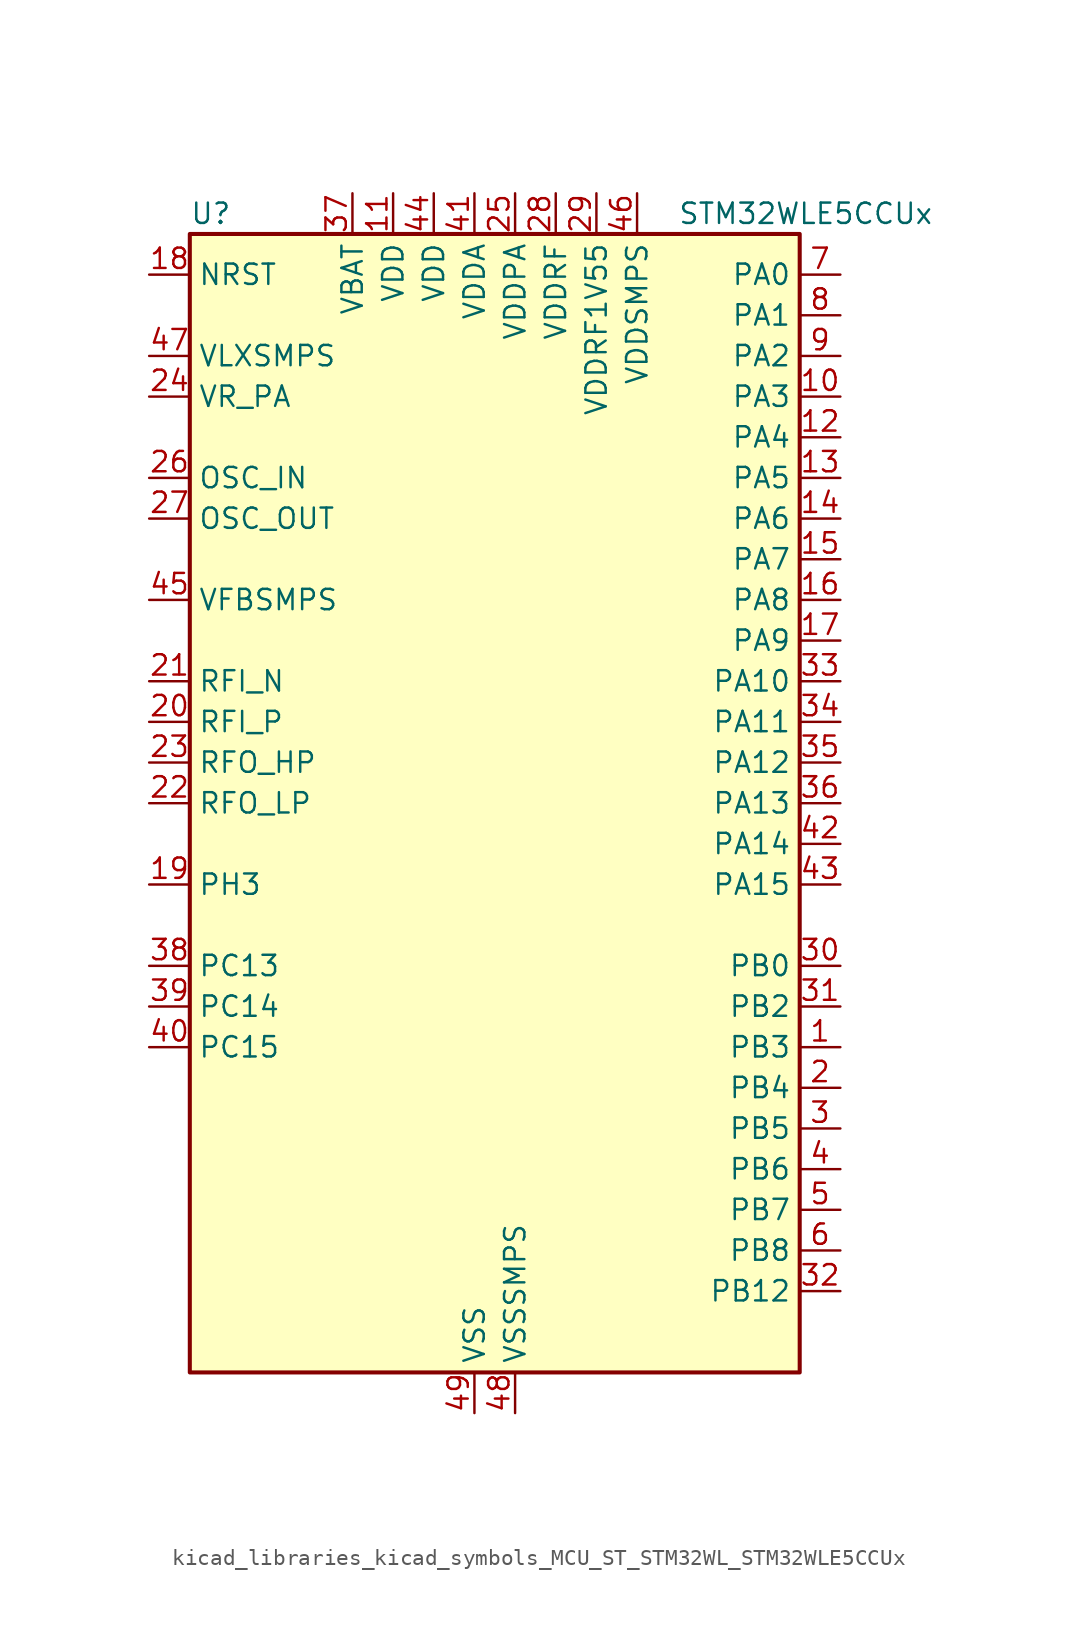
<source format=kicad_sym>
(kicad_symbol_lib
  (version 20220914)
  (generator kicad_symbol_editor)
  (symbol "kicad_libraries_kicad_symbols_MCU_ST_STM32WL_STM32WLE5CCUx"
    (property "Reference" "U"
      (at -17.78 36.83 0)
      (effects (font (size 1.27 1.27)) (justify left)))
    (property "Value" "STM32WLE5CCUx"
      (at 12.7 36.83 0)
      (effects (font (size 1.27 1.27)) (justify left)))
    (property "ki_locked" ""
      (at 0 0 0)
      (effects (font (size 1.27 1.27))))
    (symbol "kicad_libraries_kicad_symbols_MCU_ST_STM32WL_STM32WLE5CCUx_0_1"
      (rectangle (start -17.78 -35.56) (end 20.32 35.56) (stroke (width 0.254) (type default)) (fill (type background))))
    (symbol "kicad_libraries_kicad_symbols_MCU_ST_STM32WL_STM32WLE5CCUx_1_1"
      (pin bidirectional line (at 22.86 -15.24 180) (length 2.54) (name "PB3" (effects (font (size 1.27 1.27)))) (number "1" (effects (font (size 1.27 1.27)))) (alternate "ADC_IN2" bidirectional line) (alternate "COMP1_INM" bidirectional line) (alternate "COMP2_INM" bidirectional line) (alternate "DEBUG_JTDO-SWO" bidirectional line) (alternate "DEBUG_RF-DTB1" bidirectional line) (alternate "PWR_WKUP3" bidirectional line) (alternate "RTC_TAMP_IN3" bidirectional line) (alternate "SPI1_SCK" bidirectional line) (alternate "TIM2_CH2" bidirectional line) (alternate "USART1_DE" bidirectional line) (alternate "USART1_RTS" bidirectional line))
      (pin bidirectional line (at 22.86 25.4 180) (length 2.54) (name "PA3" (effects (font (size 1.27 1.27)))) (number "10" (effects (font (size 1.27 1.27)))) (alternate "I2S2_MCK" bidirectional line) (alternate "LPUART1_RX" bidirectional line) (alternate "TIM2_CH4" bidirectional line) (alternate "USART2_RX" bidirectional line))
      (pin power_in line (at -5.08 38.1 270) (length 2.54) (name "VDD" (effects (font (size 1.27 1.27)))) (number "11" (effects (font (size 1.27 1.27)))))
      (pin bidirectional line (at 22.86 22.86 180) (length 2.54) (name "PA4" (effects (font (size 1.27 1.27)))) (number "12" (effects (font (size 1.27 1.27)))) (alternate "DEBUG_SUBGHZSPI-NSSOUT" bidirectional line) (alternate "LPTIM1_OUT" bidirectional line) (alternate "LPTIM2_OUT" bidirectional line) (alternate "RTC_OUT2" bidirectional line) (alternate "SPI1_NSS" bidirectional line) (alternate "USART2_CK" bidirectional line))
      (pin bidirectional line (at 22.86 20.32 180) (length 2.54) (name "PA5" (effects (font (size 1.27 1.27)))) (number "13" (effects (font (size 1.27 1.27)))) (alternate "DEBUG_SUBGHZSPI-SCKOUT" bidirectional line) (alternate "LPTIM2_ETR" bidirectional line) (alternate "SPI1_SCK" bidirectional line) (alternate "SPI2_MISO" bidirectional line) (alternate "TIM2_CH1" bidirectional line) (alternate "TIM2_ETR" bidirectional line))
      (pin bidirectional line (at 22.86 17.78 180) (length 2.54) (name "PA6" (effects (font (size 1.27 1.27)))) (number "14" (effects (font (size 1.27 1.27)))) (alternate "DEBUG_SUBGHZSPI-MISOOUT" bidirectional line) (alternate "I2C2_SMBA" bidirectional line) (alternate "LPUART1_CTS" bidirectional line) (alternate "SPI1_MISO" bidirectional line) (alternate "TIM16_CH1" bidirectional line) (alternate "TIM1_BKIN" bidirectional line))
      (pin bidirectional line (at 22.86 15.24 180) (length 2.54) (name "PA7" (effects (font (size 1.27 1.27)))) (number "15" (effects (font (size 1.27 1.27)))) (alternate "COMP2_OUT" bidirectional line) (alternate "DEBUG_SUBGHZSPI-MOSIOUT" bidirectional line) (alternate "I2C3_SCL" bidirectional line) (alternate "SPI1_MOSI" bidirectional line) (alternate "TIM17_CH1" bidirectional line) (alternate "TIM1_CH1N" bidirectional line))
      (pin bidirectional line (at 22.86 12.7 180) (length 2.54) (name "PA8" (effects (font (size 1.27 1.27)))) (number "16" (effects (font (size 1.27 1.27)))) (alternate "I2S2_CK" bidirectional line) (alternate "LPTIM2_OUT" bidirectional line) (alternate "RCC_MCO" bidirectional line) (alternate "SPI2_SCK" bidirectional line) (alternate "TIM1_CH1" bidirectional line) (alternate "USART1_CK" bidirectional line))
      (pin bidirectional line (at 22.86 10.16 180) (length 2.54) (name "PA9" (effects (font (size 1.27 1.27)))) (number "17" (effects (font (size 1.27 1.27)))) (alternate "DAC_EXTI9" bidirectional line) (alternate "I2C1_SCL" bidirectional line) (alternate "I2S2_CK" bidirectional line) (alternate "I2S2_WS" bidirectional line) (alternate "SPI2_NSS" bidirectional line) (alternate "SPI2_SCK" bidirectional line) (alternate "TIM1_CH2" bidirectional line) (alternate "USART1_TX" bidirectional line))
      (pin input line (at -20.32 33.02 0) (length 2.54) (name "NRST" (effects (font (size 1.27 1.27)))) (number "18" (effects (font (size 1.27 1.27)))))
      (pin bidirectional line (at -20.32 -5.08 0) (length 2.54) (name "PH3" (effects (font (size 1.27 1.27)))) (number "19" (effects (font (size 1.27 1.27)))))
      (pin bidirectional line (at 22.86 -17.78 180) (length 2.54) (name "PB4" (effects (font (size 1.27 1.27)))) (number "2" (effects (font (size 1.27 1.27)))) (alternate "ADC_IN3" bidirectional line) (alternate "COMP1_INP" bidirectional line) (alternate "COMP2_INP" bidirectional line) (alternate "DEBUG_JTRST" bidirectional line) (alternate "DEBUG_RF-LDORDY" bidirectional line) (alternate "I2C3_SDA" bidirectional line) (alternate "SPI1_MISO" bidirectional line) (alternate "TIM17_BKIN" bidirectional line) (alternate "USART1_CTS" bidirectional line) (alternate "USART1_NSS" bidirectional line))
      (pin bidirectional line (at -20.32 5.08 0) (length 2.54) (name "RFI_P" (effects (font (size 1.27 1.27)))) (number "20" (effects (font (size 1.27 1.27)))))
      (pin bidirectional line (at -20.32 7.62 0) (length 2.54) (name "RFI_N" (effects (font (size 1.27 1.27)))) (number "21" (effects (font (size 1.27 1.27)))))
      (pin bidirectional line (at -20.32 0 0) (length 2.54) (name "RFO_LP" (effects (font (size 1.27 1.27)))) (number "22" (effects (font (size 1.27 1.27)))))
      (pin bidirectional line (at -20.32 2.54 0) (length 2.54) (name "RFO_HP" (effects (font (size 1.27 1.27)))) (number "23" (effects (font (size 1.27 1.27)))))
      (pin power_in line (at -20.32 25.4 0) (length 2.54) (name "VR_PA" (effects (font (size 1.27 1.27)))) (number "24" (effects (font (size 1.27 1.27)))))
      (pin power_in line (at 2.54 38.1 270) (length 2.54) (name "VDDPA" (effects (font (size 1.27 1.27)))) (number "25" (effects (font (size 1.27 1.27)))))
      (pin input line (at -20.32 20.32 0) (length 2.54) (name "OSC_IN" (effects (font (size 1.27 1.27)))) (number "26" (effects (font (size 1.27 1.27)))) (alternate "RCC_OSC_IN" bidirectional line))
      (pin input line (at -20.32 17.78 0) (length 2.54) (name "OSC_OUT" (effects (font (size 1.27 1.27)))) (number "27" (effects (font (size 1.27 1.27)))) (alternate "RCC_OSC_OUT" bidirectional line))
      (pin power_in line (at 5.08 38.1 270) (length 2.54) (name "VDDRF" (effects (font (size 1.27 1.27)))) (number "28" (effects (font (size 1.27 1.27)))))
      (pin power_in line (at 7.62 38.1 270) (length 2.54) (name "VDDRF1V55" (effects (font (size 1.27 1.27)))) (number "29" (effects (font (size 1.27 1.27)))))
      (pin bidirectional line (at 22.86 -20.32 180) (length 2.54) (name "PB5" (effects (font (size 1.27 1.27)))) (number "3" (effects (font (size 1.27 1.27)))) (alternate "COMP2_OUT" bidirectional line) (alternate "I2C1_SMBA" bidirectional line) (alternate "LPTIM1_IN1" bidirectional line) (alternate "SPI1_MOSI" bidirectional line) (alternate "TIM16_BKIN" bidirectional line) (alternate "USART1_CK" bidirectional line))
      (pin bidirectional line (at 22.86 -10.16 180) (length 2.54) (name "PB0" (effects (font (size 1.27 1.27)))) (number "30" (effects (font (size 1.27 1.27)))) (alternate "COMP1_OUT" bidirectional line) (alternate "VDDTCXO" bidirectional line))
      (pin bidirectional line (at 22.86 -12.7 180) (length 2.54) (name "PB2" (effects (font (size 1.27 1.27)))) (number "31" (effects (font (size 1.27 1.27)))) (alternate "ADC_IN4" bidirectional line) (alternate "COMP1_INP" bidirectional line) (alternate "COMP2_INM" bidirectional line) (alternate "DEBUG_RF-SMPSRDY" bidirectional line) (alternate "I2C3_SMBA" bidirectional line) (alternate "LPTIM1_OUT" bidirectional line) (alternate "SPI1_NSS" bidirectional line))
      (pin bidirectional line (at 22.86 -30.48 180) (length 2.54) (name "PB12" (effects (font (size 1.27 1.27)))) (number "32" (effects (font (size 1.27 1.27)))) (alternate "I2C3_SMBA" bidirectional line) (alternate "I2S2_WS" bidirectional line) (alternate "LPUART1_RTS" bidirectional line) (alternate "SPI2_NSS" bidirectional line) (alternate "TIM1_BKIN" bidirectional line))
      (pin bidirectional line (at 22.86 7.62 180) (length 2.54) (name "PA10" (effects (font (size 1.27 1.27)))) (number "33" (effects (font (size 1.27 1.27)))) (alternate "ADC_IN6" bidirectional line) (alternate "COMP1_INM" bidirectional line) (alternate "COMP2_INM" bidirectional line) (alternate "DAC_OUT1" bidirectional line) (alternate "DEBUG_RF-HSE32RDY" bidirectional line) (alternate "I2C1_SDA" bidirectional line) (alternate "I2S2_SD" bidirectional line) (alternate "RTC_REFIN" bidirectional line) (alternate "SPI2_MOSI" bidirectional line) (alternate "TIM17_BKIN" bidirectional line) (alternate "TIM1_CH3" bidirectional line) (alternate "USART1_RX" bidirectional line))
      (pin bidirectional line (at 22.86 5.08 180) (length 2.54) (name "PA11" (effects (font (size 1.27 1.27)))) (number "34" (effects (font (size 1.27 1.27)))) (alternate "ADC_EXTI11" bidirectional line) (alternate "ADC_IN7" bidirectional line) (alternate "COMP1_INM" bidirectional line) (alternate "COMP2_INM" bidirectional line) (alternate "DEBUG_RF-NRESET" bidirectional line) (alternate "I2C2_SDA" bidirectional line) (alternate "LPTIM3_ETR" bidirectional line) (alternate "SPI1_MISO" bidirectional line) (alternate "TIM1_BKIN2" bidirectional line) (alternate "TIM1_CH4" bidirectional line) (alternate "USART1_CTS" bidirectional line) (alternate "USART1_NSS" bidirectional line))
      (pin bidirectional line (at 22.86 2.54 180) (length 2.54) (name "PA12" (effects (font (size 1.27 1.27)))) (number "35" (effects (font (size 1.27 1.27)))) (alternate "ADC_IN8" bidirectional line) (alternate "DEBUG_RF-BUSY" bidirectional line) (alternate "I2C2_SCL" bidirectional line) (alternate "LPTIM3_IN1" bidirectional line) (alternate "SPI1_MOSI" bidirectional line) (alternate "TIM1_ETR" bidirectional line) (alternate "USART1_DE" bidirectional line) (alternate "USART1_RTS" bidirectional line))
      (pin bidirectional line (at 22.86 0 180) (length 2.54) (name "PA13" (effects (font (size 1.27 1.27)))) (number "36" (effects (font (size 1.27 1.27)))) (alternate "ADC_IN9" bidirectional line) (alternate "DEBUG_JTMS-SWDIO" bidirectional line) (alternate "I2C2_SMBA" bidirectional line) (alternate "IR_OUT" bidirectional line))
      (pin power_in line (at -7.62 38.1 270) (length 2.54) (name "VBAT" (effects (font (size 1.27 1.27)))) (number "37" (effects (font (size 1.27 1.27)))))
      (pin bidirectional line (at -20.32 -10.16 0) (length 2.54) (name "PC13" (effects (font (size 1.27 1.27)))) (number "38" (effects (font (size 1.27 1.27)))) (alternate "PWR_WKUP2" bidirectional line) (alternate "RTC_OUT1" bidirectional line) (alternate "RTC_TAMP_IN1" bidirectional line) (alternate "RTC_TS" bidirectional line))
      (pin bidirectional line (at -20.32 -12.7 0) (length 2.54) (name "PC14" (effects (font (size 1.27 1.27)))) (number "39" (effects (font (size 1.27 1.27)))) (alternate "RCC_OSC32_IN" bidirectional line))
      (pin bidirectional line (at 22.86 -22.86 180) (length 2.54) (name "PB6" (effects (font (size 1.27 1.27)))) (number "4" (effects (font (size 1.27 1.27)))) (alternate "I2C1_SCL" bidirectional line) (alternate "LPTIM1_ETR" bidirectional line) (alternate "TIM16_CH1N" bidirectional line) (alternate "USART1_TX" bidirectional line))
      (pin bidirectional line (at -20.32 -15.24 0) (length 2.54) (name "PC15" (effects (font (size 1.27 1.27)))) (number "40" (effects (font (size 1.27 1.27)))) (alternate "RCC_OSC32_OUT" bidirectional line))
      (pin power_in line (at 0 38.1 270) (length 2.54) (name "VDDA" (effects (font (size 1.27 1.27)))) (number "41" (effects (font (size 1.27 1.27)))))
      (pin bidirectional line (at 22.86 -2.54 180) (length 2.54) (name "PA14" (effects (font (size 1.27 1.27)))) (number "42" (effects (font (size 1.27 1.27)))) (alternate "ADC_IN10" bidirectional line) (alternate "DEBUG_JTCK-SWCLK" bidirectional line) (alternate "I2C1_SMBA" bidirectional line) (alternate "LPTIM1_OUT" bidirectional line))
      (pin bidirectional line (at 22.86 -5.08 180) (length 2.54) (name "PA15" (effects (font (size 1.27 1.27)))) (number "43" (effects (font (size 1.27 1.27)))) (alternate "ADC_IN11" bidirectional line) (alternate "COMP1_INM" bidirectional line) (alternate "COMP2_INP" bidirectional line) (alternate "DEBUG_JTDI" bidirectional line) (alternate "I2C2_SDA" bidirectional line) (alternate "SPI1_NSS" bidirectional line) (alternate "TIM2_CH1" bidirectional line) (alternate "TIM2_ETR" bidirectional line))
      (pin power_in line (at -2.54 38.1 270) (length 2.54) (name "VDD" (effects (font (size 1.27 1.27)))) (number "44" (effects (font (size 1.27 1.27)))))
      (pin input line (at -20.32 12.7 0) (length 2.54) (name "VFBSMPS" (effects (font (size 1.27 1.27)))) (number "45" (effects (font (size 1.27 1.27)))))
      (pin power_in line (at 10.16 38.1 270) (length 2.54) (name "VDDSMPS" (effects (font (size 1.27 1.27)))) (number "46" (effects (font (size 1.27 1.27)))))
      (pin power_in line (at -20.32 27.94 0) (length 2.54) (name "VLXSMPS" (effects (font (size 1.27 1.27)))) (number "47" (effects (font (size 1.27 1.27)))))
      (pin power_in line (at 2.54 -38.1 90) (length 2.54) (name "VSSSMPS" (effects (font (size 1.27 1.27)))) (number "48" (effects (font (size 1.27 1.27)))))
      (pin power_in line (at 0 -38.1 90) (length 2.54) (name "VSS" (effects (font (size 1.27 1.27)))) (number "49" (effects (font (size 1.27 1.27)))))
      (pin bidirectional line (at 22.86 -25.4 180) (length 2.54) (name "PB7" (effects (font (size 1.27 1.27)))) (number "5" (effects (font (size 1.27 1.27)))) (alternate "I2C1_SDA" bidirectional line) (alternate "LPTIM1_IN2" bidirectional line) (alternate "PWR_PVD_IN" bidirectional line) (alternate "TIM17_CH1N" bidirectional line) (alternate "TIM1_BKIN" bidirectional line) (alternate "USART1_RX" bidirectional line))
      (pin bidirectional line (at 22.86 -27.94 180) (length 2.54) (name "PB8" (effects (font (size 1.27 1.27)))) (number "6" (effects (font (size 1.27 1.27)))) (alternate "I2C1_SCL" bidirectional line) (alternate "TIM16_CH1" bidirectional line) (alternate "TIM1_CH2N" bidirectional line))
      (pin bidirectional line (at 22.86 33.02 180) (length 2.54) (name "PA0" (effects (font (size 1.27 1.27)))) (number "7" (effects (font (size 1.27 1.27)))) (alternate "COMP1_OUT" bidirectional line) (alternate "DEBUG_PWR-REGLP1S" bidirectional line) (alternate "I2C3_SMBA" bidirectional line) (alternate "I2S_CKIN" bidirectional line) (alternate "PWR_WKUP1" bidirectional line) (alternate "RTC_TAMP_IN2" bidirectional line) (alternate "TIM2_CH1" bidirectional line) (alternate "TIM2_ETR" bidirectional line) (alternate "USART2_CTS" bidirectional line) (alternate "USART2_NSS" bidirectional line))
      (pin bidirectional line (at 22.86 30.48 180) (length 2.54) (name "PA1" (effects (font (size 1.27 1.27)))) (number "8" (effects (font (size 1.27 1.27)))) (alternate "DEBUG_PWR-REGLP2S" bidirectional line) (alternate "I2C1_SMBA" bidirectional line) (alternate "LPTIM3_OUT" bidirectional line) (alternate "LPUART1_RTS" bidirectional line) (alternate "SPI1_SCK" bidirectional line) (alternate "TIM2_CH2" bidirectional line) (alternate "USART2_DE" bidirectional line) (alternate "USART2_RTS" bidirectional line))
      (pin bidirectional line (at 22.86 27.94 180) (length 2.54) (name "PA2" (effects (font (size 1.27 1.27)))) (number "9" (effects (font (size 1.27 1.27)))) (alternate "COMP2_OUT" bidirectional line) (alternate "DEBUG_PWR-LDORDY" bidirectional line) (alternate "LPUART1_TX" bidirectional line) (alternate "RCC_LSCO" bidirectional line) (alternate "TIM2_CH3" bidirectional line) (alternate "USART2_TX" bidirectional line)))))
</source>
